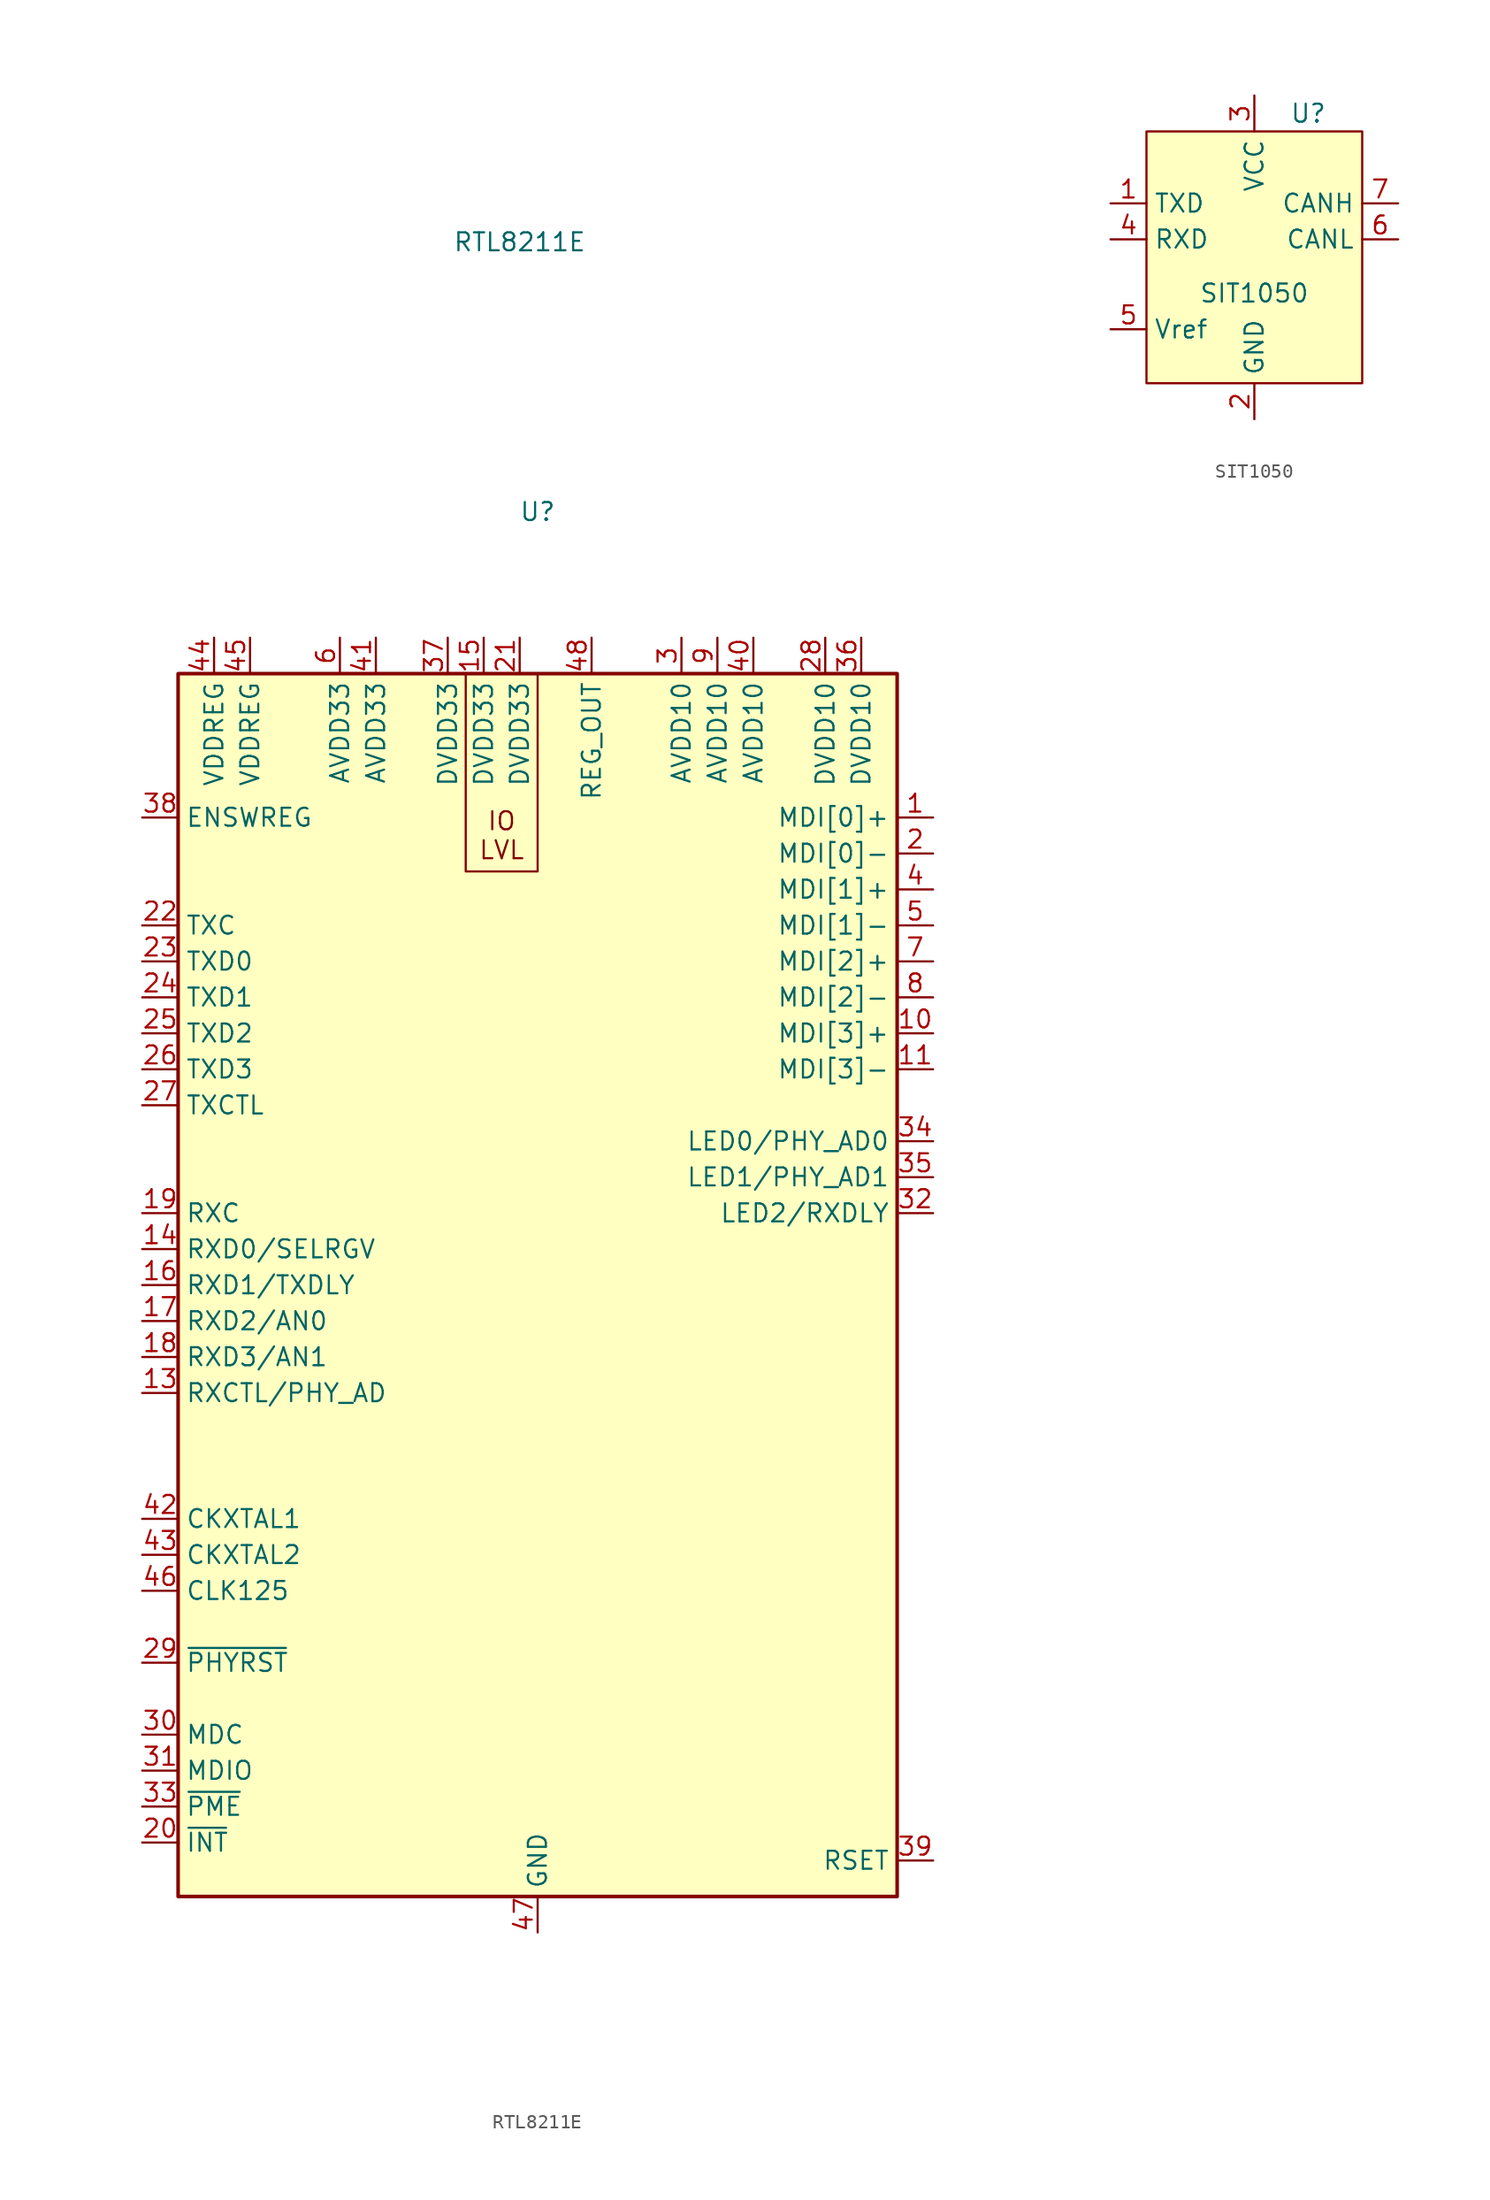
<source format=kicad_sym>
(kicad_symbol_lib
  (version 20220914)
  (generator kicad_symbol_editor)
  (symbol "RTL8211E"
    (property "Reference" "U"
      (at 0 54.61 0)
      (effects (font (size 1.27 1.27))))
    (property "Value" "RTL8211E"
      (at -1.27 73.66 0)
      (effects (font (size 1.27 1.27))))
    (symbol "RTL8211E_0_1"
      (rectangle (start -25.4 43.18) (end 25.4 -43.18) (stroke (width 0.254) (type default)) (fill (type background))))
    (symbol "RTL8211E_1_0"
      (pin power_in line (at -20.32 45.72 270) (length 2.54) (name "VDDREG" (effects (font (size 1.27 1.27)))) (number "45" (effects (font (size 1.27 1.27))))))
    (symbol "RTL8211E_1_1"
      (rectangle (start -5.08 43.18) (end 0 29.21) (stroke (width 0) (type default)) (fill (type none)))
      (text "IO\nLVL" (at -2.54 31.75 0) (effects (font (size 1.27 1.27))))
      (pin bidirectional line (at 27.94 33.02 180) (length 2.54) (name "MDI[0]+" (effects (font (size 1.27 1.27)))) (number "1" (effects (font (size 1.27 1.27)))))
      (pin bidirectional line (at 27.94 17.78 180) (length 2.54) (name "MDI[3]+" (effects (font (size 1.27 1.27)))) (number "10" (effects (font (size 1.27 1.27)))))
      (pin bidirectional line (at 27.94 15.24 180) (length 2.54) (name "MDI[3]-" (effects (font (size 1.27 1.27)))) (number "11" (effects (font (size 1.27 1.27)))))
      (pin no_connect line (at 27.94 -5.08 180) (length 2.54) hide (name "NC" (effects (font (size 1.27 1.27)))) (number "12" (effects (font (size 1.27 1.27)))))
      (pin input line (at -27.94 -7.62 0) (length 2.54) (name "RXCTL/PHY_AD" (effects (font (size 1.27 1.27)))) (number "13" (effects (font (size 1.27 1.27)))))
      (pin output line (at -27.94 2.54 0) (length 2.54) (name "RXD0/SELRGV" (effects (font (size 1.27 1.27)))) (number "14" (effects (font (size 1.27 1.27)))))
      (pin power_in line (at -3.81 45.72 270) (length 2.54) (name "DVDD33" (effects (font (size 1.27 1.27)))) (number "15" (effects (font (size 1.27 1.27)))))
      (pin output line (at -27.94 0 0) (length 2.54) (name "RXD1/TXDLY" (effects (font (size 1.27 1.27)))) (number "16" (effects (font (size 1.27 1.27)))))
      (pin output line (at -27.94 -2.54 0) (length 2.54) (name "RXD2/AN0" (effects (font (size 1.27 1.27)))) (number "17" (effects (font (size 1.27 1.27)))))
      (pin output line (at -27.94 -5.08 0) (length 2.54) (name "RXD3/AN1" (effects (font (size 1.27 1.27)))) (number "18" (effects (font (size 1.27 1.27)))))
      (pin output line (at -27.94 5.08 0) (length 2.54) (name "RXC" (effects (font (size 1.27 1.27)))) (number "19" (effects (font (size 1.27 1.27)))))
      (pin bidirectional line (at 27.94 30.48 180) (length 2.54) (name "MDI[0]-" (effects (font (size 1.27 1.27)))) (number "2" (effects (font (size 1.27 1.27)))))
      (pin open_collector line (at -27.94 -39.37 0) (length 2.54) (name "~{INT}" (effects (font (size 1.27 1.27)))) (number "20" (effects (font (size 1.27 1.27)))))
      (pin power_in line (at -1.27 45.72 270) (length 2.54) (name "DVDD33" (effects (font (size 1.27 1.27)))) (number "21" (effects (font (size 1.27 1.27)))))
      (pin output line (at -27.94 25.4 0) (length 2.54) (name "TXC" (effects (font (size 1.27 1.27)))) (number "22" (effects (font (size 1.27 1.27)))))
      (pin input line (at -27.94 22.86 0) (length 2.54) (name "TXD0" (effects (font (size 1.27 1.27)))) (number "23" (effects (font (size 1.27 1.27)))))
      (pin input line (at -27.94 20.32 0) (length 2.54) (name "TXD1" (effects (font (size 1.27 1.27)))) (number "24" (effects (font (size 1.27 1.27)))))
      (pin input line (at -27.94 17.78 0) (length 2.54) (name "TXD2" (effects (font (size 1.27 1.27)))) (number "25" (effects (font (size 1.27 1.27)))))
      (pin input line (at -27.94 15.24 0) (length 2.54) (name "TXD3" (effects (font (size 1.27 1.27)))) (number "26" (effects (font (size 1.27 1.27)))))
      (pin input line (at -27.94 12.7 0) (length 2.54) (name "TXCTL" (effects (font (size 1.27 1.27)))) (number "27" (effects (font (size 1.27 1.27)))))
      (pin power_in line (at 20.32 45.72 270) (length 2.54) (name "DVDD10" (effects (font (size 1.27 1.27)))) (number "28" (effects (font (size 1.27 1.27)))))
      (pin input line (at -27.94 -26.67 0) (length 2.54) (name "~{PHYRST}" (effects (font (size 1.27 1.27)))) (number "29" (effects (font (size 1.27 1.27)))))
      (pin power_in line (at 10.16 45.72 270) (length 2.54) (name "AVDD10" (effects (font (size 1.27 1.27)))) (number "3" (effects (font (size 1.27 1.27)))))
      (pin input line (at -27.94 -31.75 0) (length 2.54) (name "MDC" (effects (font (size 1.27 1.27)))) (number "30" (effects (font (size 1.27 1.27)))))
      (pin bidirectional line (at -27.94 -34.29 0) (length 2.54) (name "MDIO" (effects (font (size 1.27 1.27)))) (number "31" (effects (font (size 1.27 1.27)))))
      (pin bidirectional line (at 27.94 5.08 180) (length 2.54) (name "LED2/RXDLY" (effects (font (size 1.27 1.27)))) (number "32" (effects (font (size 1.27 1.27)))))
      (pin open_collector line (at -27.94 -36.83 0) (length 2.54) (name "~{PME}" (effects (font (size 1.27 1.27)))) (number "33" (effects (font (size 1.27 1.27)))))
      (pin bidirectional line (at 27.94 10.16 180) (length 2.54) (name "LED0/PHY_AD0" (effects (font (size 1.27 1.27)))) (number "34" (effects (font (size 1.27 1.27)))))
      (pin bidirectional line (at 27.94 7.62 180) (length 2.54) (name "LED1/PHY_AD1" (effects (font (size 1.27 1.27)))) (number "35" (effects (font (size 1.27 1.27)))))
      (pin power_in line (at 22.86 45.72 270) (length 2.54) (name "DVDD10" (effects (font (size 1.27 1.27)))) (number "36" (effects (font (size 1.27 1.27)))))
      (pin power_in line (at -6.35 45.72 270) (length 2.54) (name "DVDD33" (effects (font (size 1.27 1.27)))) (number "37" (effects (font (size 1.27 1.27)))))
      (pin input line (at -27.94 33.02 0) (length 2.54) (name "ENSWREG" (effects (font (size 1.27 1.27)))) (number "38" (effects (font (size 1.27 1.27)))))
      (pin passive line (at 27.94 -40.64 180) (length 2.54) (name "RSET" (effects (font (size 1.27 1.27)))) (number "39" (effects (font (size 1.27 1.27)))))
      (pin bidirectional line (at 27.94 27.94 180) (length 2.54) (name "MDI[1]+" (effects (font (size 1.27 1.27)))) (number "4" (effects (font (size 1.27 1.27)))))
      (pin power_in line (at 15.24 45.72 270) (length 2.54) (name "AVDD10" (effects (font (size 1.27 1.27)))) (number "40" (effects (font (size 1.27 1.27)))))
      (pin power_in line (at -11.43 45.72 270) (length 2.54) (name "AVDD33" (effects (font (size 1.27 1.27)))) (number "41" (effects (font (size 1.27 1.27)))))
      (pin input line (at -27.94 -16.51 0) (length 2.54) (name "CKXTAL1" (effects (font (size 1.27 1.27)))) (number "42" (effects (font (size 1.27 1.27)))))
      (pin output line (at -27.94 -19.05 0) (length 2.54) (name "CKXTAL2" (effects (font (size 1.27 1.27)))) (number "43" (effects (font (size 1.27 1.27)))))
      (pin power_in line (at -22.86 45.72 270) (length 2.54) (name "VDDREG" (effects (font (size 1.27 1.27)))) (number "44" (effects (font (size 1.27 1.27)))))
      (pin output line (at -27.94 -21.59 0) (length 2.54) (name "CLK125" (effects (font (size 1.27 1.27)))) (number "46" (effects (font (size 1.27 1.27)))))
      (pin power_in line (at 0 -45.72 90) (length 2.54) (name "GND" (effects (font (size 1.27 1.27)))) (number "47" (effects (font (size 1.27 1.27)))))
      (pin power_out line (at 3.81 45.72 270) (length 2.54) (name "REG_OUT" (effects (font (size 1.27 1.27)))) (number "48" (effects (font (size 1.27 1.27)))))
      (pin power_in line (at 0 -45.72 90) (length 2.54) hide (name "GND" (effects (font (size 1.27 1.27)))) (number "49" (effects (font (size 1.27 1.27)))))
      (pin bidirectional line (at 27.94 25.4 180) (length 2.54) (name "MDI[1]-" (effects (font (size 1.27 1.27)))) (number "5" (effects (font (size 1.27 1.27)))))
      (pin power_in line (at -13.97 45.72 270) (length 2.54) (name "AVDD33" (effects (font (size 1.27 1.27)))) (number "6" (effects (font (size 1.27 1.27)))))
      (pin bidirectional line (at 27.94 22.86 180) (length 2.54) (name "MDI[2]+" (effects (font (size 1.27 1.27)))) (number "7" (effects (font (size 1.27 1.27)))))
      (pin bidirectional line (at 27.94 20.32 180) (length 2.54) (name "MDI[2]-" (effects (font (size 1.27 1.27)))) (number "8" (effects (font (size 1.27 1.27)))))
      (pin power_in line (at 12.7 45.72 270) (length 2.54) (name "AVDD10" (effects (font (size 1.27 1.27)))) (number "9" (effects (font (size 1.27 1.27)))))))
  (symbol "SIT1050"
    (property "Reference" "U"
      (at 6.35 15.24 0)
      (effects (font (size 1.27 1.27))))
    (property "Value" "SIT1050"
      (at 2.54 2.54 0)
      (effects (font (size 1.27 1.27))))
    (symbol "SIT1050_1_1"
      (rectangle (start -5.08 13.97) (end 10.16 -3.81) (stroke (width 0) (type default)) (fill (type background)))
      (pin output line (at -7.62 8.89 0) (length 2.54) (name "TXD" (effects (font (size 1.27 1.27)))) (number "1" (effects (font (size 1.27 1.27)))))
      (pin power_in line (at 2.54 -6.35 90) (length 2.54) (name "GND" (effects (font (size 1.27 1.27)))) (number "2" (effects (font (size 1.27 1.27)))))
      (pin power_in line (at 2.54 16.51 270) (length 2.54) (name "VCC" (effects (font (size 1.27 1.27)))) (number "3" (effects (font (size 1.27 1.27)))))
      (pin input line (at -7.62 6.35 0) (length 2.54) (name "RXD" (effects (font (size 1.27 1.27)))) (number "4" (effects (font (size 1.27 1.27)))))
      (pin input line (at -7.62 0 0) (length 2.54) (name "Vref" (effects (font (size 1.27 1.27)))) (number "5" (effects (font (size 1.27 1.27)))))
      (pin bidirectional line (at 12.7 6.35 180) (length 2.54) (name "CANL" (effects (font (size 1.27 1.27)))) (number "6" (effects (font (size 1.27 1.27)))))
      (pin bidirectional line (at 12.7 8.89 180) (length 2.54) (name "CANH" (effects (font (size 1.27 1.27)))) (number "7" (effects (font (size 1.27 1.27))))))))
</source>
